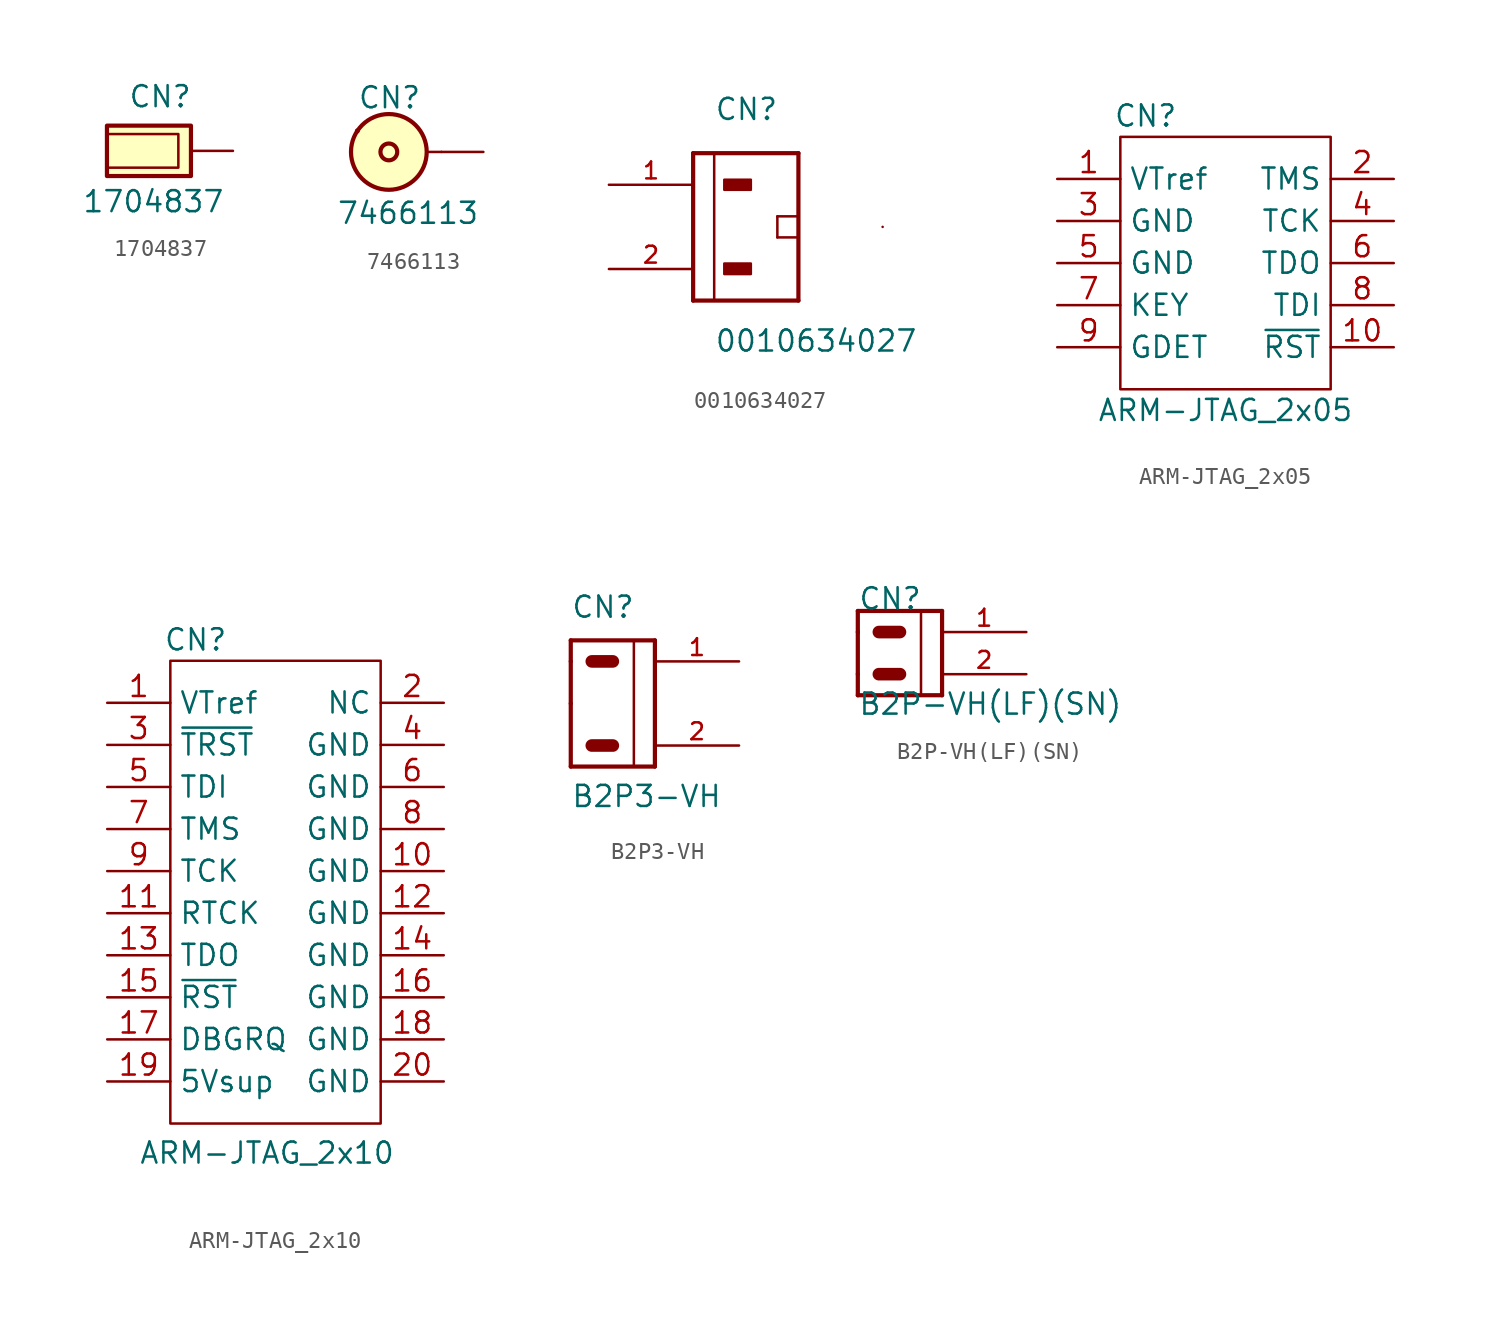
<source format=kicad_sym>
(kicad_symbol_lib
  (version 20241209)
  (generator "kicad_symbol_editor")
  (generator_version "9.0")
  (symbol "1704837"
    (pin_numbers
      (hide yes))
    (pin_names
      (offset 1.016)
      (hide yes))
    (property "Reference" "CN"
      (at -2.54 2.54 0)
      (effects (font (size 1.27 1.27)) (justify left bottom)))
    (property "Value" "1704837"
      (at -5.334 -3.81 0)
      (effects (font (size 1.27 1.27)) (justify left bottom)))
    (symbol "1704837_0_0"
      (pin passive line (at 3.81 0 180) (length 2.54) (name "~" (effects (font (size 1.016 1.016)))) (number "1" (effects (font (size 1.016 1.016))))))
    (symbol "1704837_0_1"
      (rectangle (start -3.81 1.524) (end 1.27 -1.524) (stroke (width 0.254) (type default)) (fill (type background)))
      (rectangle (start -3.81 1.016) (end 0.508 -1.016) (stroke (width 0) (type default)) (fill (type none)))))
  (symbol "7466113"
    (pin_numbers
      (hide yes))
    (pin_names
      (offset 1.016)
      (hide yes))
    (property "Reference" "CN"
      (at -3.81 2.54 0)
      (effects (font (size 1.27 1.27)) (justify left bottom)))
    (property "Value" "7466113"
      (at -5.08 -4.445 0)
      (effects (font (size 1.27 1.27)) (justify left bottom)))
    (symbol "7466113_0_0"
      (pin passive line (at 3.81 0 180) (length 2.54) (name "~" (effects (font (size 1.016 1.016)))) (number "1" (effects (font (size 1.016 1.016))))))
    (symbol "7466113_0_1"
      (circle (center -3.81 1.27) (radius 0.0001) (stroke (width 0) (type default)) (fill (type none)))
      (circle (center -1.905 0) (radius 0.508) (stroke (width 0.254) (type default)) (fill (type none)))
      (circle (center -1.905 0) (radius 2.289) (stroke (width 0.254) (type default)) (fill (type background)))
      (polyline (pts (xy 1.27 0) (xy 0.381 0)) (stroke (width 0) (type default)) (fill (type none)))))
  (symbol "0010634027"
    (pin_names
      (hide yes))
    (property "Reference" "CN"
      (at 0 6.35 0)
      (effects (font (size 1.27 1.27)) (justify left bottom)))
    (property "Value" "0010634027"
      (at 0 -7.62 0)
      (effects (font (size 1.27 1.27)) (justify left bottom)))
    (symbol "0010634027_0_0"
      (polyline (pts (xy -1.27 0) (xy -1.27 4.445) (xy -1.27 -4.445)) (stroke (width 0.254) (type default)) (fill (type none)))
      (polyline (pts (xy -1.27 -4.445) (xy 5.08 -4.445)) (stroke (width 0.254) (type default)) (fill (type none)))
      (rectangle (start 0.61 2.235) (end 2.21 2.845) (stroke (width 0) (type default)) (fill (type outline)))
      (rectangle (start 0.61 -2.845) (end 2.21 -2.21) (stroke (width 0) (type default)) (fill (type outline)))
      (polyline (pts (xy 5.08 4.445) (xy -1.27 4.445)) (stroke (width 0.254) (type default)) (fill (type none)))
      (polyline (pts (xy 5.08 -4.445) (xy 5.08 4.445)) (stroke (width 0.254) (type default)) (fill (type none)))
      (pin passive line (at -6.35 2.54 0) (length 5.08) (name "1" (effects (font (size 1.016 1.016)))) (number "1" (effects (font (size 1.016 1.016)))))
      (pin passive line (at -6.35 -2.54 0) (length 5.08) (name "2" (effects (font (size 1.016 1.016)))) (number "2" (effects (font (size 1.016 1.016))))))
    (symbol "0010634027_0_1"
      (polyline (pts (xy 0 4.445) (xy 0 -4.445)) (stroke (width 0) (type default)) (fill (type none)))
      (rectangle (start 3.81 0.635) (end 3.81 -0.635) (stroke (width 0) (type default)) (fill (type none)))
      (rectangle (start 3.81 -0.635) (end 5.08 -0.635) (stroke (width 0) (type default)) (fill (type none)))
      (rectangle (start 5.08 0.635) (end 3.81 0.635) (stroke (width 0) (type default)) (fill (type none)))
      (rectangle (start 10.16 0) (end 10.16 0) (stroke (width 0) (type default)) (fill (type none)))))
  (symbol "ARM-JTAG_2x05"
    (property "Reference" "CN"
      (at -4.826 7.62 0)
      (effects (font (size 1.27 1.27))))
    (property "Value" "ARM-JTAG_2x05"
      (at 0 -10.16 0)
      (effects (font (size 1.27 1.27))))
    (symbol "ARM-JTAG_2x05_0_1"
      (rectangle (start -6.35 6.35) (end 6.35 -8.89) (stroke (width 0) (type default)) (fill (type none))))
    (symbol "ARM-JTAG_2x05_1_1"
      (pin passive line (at -10.16 3.81 0) (length 3.81) (name "VTref" (effects (font (size 1.27 1.27)))) (number "1" (effects (font (size 1.27 1.27)))))
      (pin passive line (at -10.16 1.27 0) (length 3.81) (name "GND" (effects (font (size 1.27 1.27)))) (number "3" (effects (font (size 1.27 1.27)))))
      (pin passive line (at -10.16 -1.27 0) (length 3.81) (name "GND" (effects (font (size 1.27 1.27)))) (number "5" (effects (font (size 1.27 1.27)))))
      (pin passive line (at -10.16 -3.81 0) (length 3.81) (name "KEY" (effects (font (size 1.27 1.27)))) (number "7" (effects (font (size 1.27 1.27)))))
      (pin passive line (at -10.16 -6.35 0) (length 3.81) (name "GDET" (effects (font (size 1.27 1.27)))) (number "9" (effects (font (size 1.27 1.27)))))
      (pin passive line (at 10.16 3.81 180) (length 3.81) (name "TMS" (effects (font (size 1.27 1.27)))) (number "2" (effects (font (size 1.27 1.27)))))
      (pin passive line (at 10.16 1.27 180) (length 3.81) (name "TCK" (effects (font (size 1.27 1.27)))) (number "4" (effects (font (size 1.27 1.27)))))
      (pin passive line (at 10.16 -1.27 180) (length 3.81) (name "TDO" (effects (font (size 1.27 1.27)))) (number "6" (effects (font (size 1.27 1.27)))))
      (pin passive line (at 10.16 -3.81 180) (length 3.81) (name "TDI" (effects (font (size 1.27 1.27)))) (number "8" (effects (font (size 1.27 1.27)))))
      (pin passive line (at 10.16 -6.35 180) (length 3.81) (name "~{RST}" (effects (font (size 1.27 1.27)))) (number "10" (effects (font (size 1.27 1.27)))))))
  (symbol "ARM-JTAG_2x10"
    (property "Reference" "CN"
      (at -4.826 7.62 0)
      (effects (font (size 1.27 1.27))))
    (property "Value" "ARM-JTAG_2x10"
      (at -0.508 -23.368 0)
      (effects (font (size 1.27 1.27))))
    (symbol "ARM-JTAG_2x10_0_1"
      (rectangle (start -6.35 6.35) (end 6.35 -21.59) (stroke (width 0) (type default)) (fill (type none))))
    (symbol "ARM-JTAG_2x10_1_1"
      (pin passive line (at -10.16 3.81 0) (length 3.81) (name "VTref" (effects (font (size 1.27 1.27)))) (number "1" (effects (font (size 1.27 1.27)))))
      (pin passive line (at -10.16 1.27 0) (length 3.81) (name "~{TRST}" (effects (font (size 1.27 1.27)))) (number "3" (effects (font (size 1.27 1.27)))))
      (pin passive line (at -10.16 -1.27 0) (length 3.81) (name "TDI" (effects (font (size 1.27 1.27)))) (number "5" (effects (font (size 1.27 1.27)))))
      (pin passive line (at -10.16 -3.81 0) (length 3.81) (name "TMS" (effects (font (size 1.27 1.27)))) (number "7" (effects (font (size 1.27 1.27)))))
      (pin passive line (at -10.16 -6.35 0) (length 3.81) (name "TCK" (effects (font (size 1.27 1.27)))) (number "9" (effects (font (size 1.27 1.27)))))
      (pin passive line (at -10.16 -8.89 0) (length 3.81) (name "RTCK" (effects (font (size 1.27 1.27)))) (number "11" (effects (font (size 1.27 1.27)))))
      (pin passive line (at -10.16 -11.43 0) (length 3.81) (name "TDO" (effects (font (size 1.27 1.27)))) (number "13" (effects (font (size 1.27 1.27)))))
      (pin passive line (at -10.16 -13.97 0) (length 3.81) (name "~{RST}" (effects (font (size 1.27 1.27)))) (number "15" (effects (font (size 1.27 1.27)))))
      (pin passive line (at -10.16 -16.51 0) (length 3.81) (name "DBGRQ" (effects (font (size 1.27 1.27)))) (number "17" (effects (font (size 1.27 1.27)))))
      (pin passive line (at -10.16 -19.05 0) (length 3.81) (name "5Vsup" (effects (font (size 1.27 1.27)))) (number "19" (effects (font (size 1.27 1.27)))))
      (pin passive line (at 10.16 3.81 180) (length 3.81) (name "NC" (effects (font (size 1.27 1.27)))) (number "2" (effects (font (size 1.27 1.27)))))
      (pin passive line (at 10.16 1.27 180) (length 3.81) (name "GND" (effects (font (size 1.27 1.27)))) (number "4" (effects (font (size 1.27 1.27)))))
      (pin passive line (at 10.16 -1.27 180) (length 3.81) (name "GND" (effects (font (size 1.27 1.27)))) (number "6" (effects (font (size 1.27 1.27)))))
      (pin passive line (at 10.16 -3.81 180) (length 3.81) (name "GND" (effects (font (size 1.27 1.27)))) (number "8" (effects (font (size 1.27 1.27)))))
      (pin passive line (at 10.16 -6.35 180) (length 3.81) (name "GND" (effects (font (size 1.27 1.27)))) (number "10" (effects (font (size 1.27 1.27)))))
      (pin passive line (at 10.16 -8.89 180) (length 3.81) (name "GND" (effects (font (size 1.27 1.27)))) (number "12" (effects (font (size 1.27 1.27)))))
      (pin passive line (at 10.16 -11.43 180) (length 3.81) (name "GND" (effects (font (size 1.27 1.27)))) (number "14" (effects (font (size 1.27 1.27)))))
      (pin passive line (at 10.16 -13.97 180) (length 3.81) (name "GND" (effects (font (size 1.27 1.27)))) (number "16" (effects (font (size 1.27 1.27)))))
      (pin passive line (at 10.16 -16.51 180) (length 3.81) (name "GND" (effects (font (size 1.27 1.27)))) (number "18" (effects (font (size 1.27 1.27)))))
      (pin passive line (at 10.16 -19.05 180) (length 3.81) (name "GND" (effects (font (size 1.27 1.27)))) (number "20" (effects (font (size 1.27 1.27)))))))
  (symbol "B2P3-VH"
    (pin_names
      (offset 1.016)
      (hide yes))
    (property "Reference" "CN"
      (at -2.54 3.81 0)
      (effects (font (size 1.27 1.27)) (justify left bottom)))
    (property "Value" "B2P3-VH"
      (at -2.54 -7.62 0)
      (effects (font (size 1.27 1.27)) (justify left bottom)))
    (symbol "B2P3-VH_0_0"
      (polyline (pts (xy -2.54 2.54) (xy -2.54 1.27)) (stroke (width 0.254) (type default)) (fill (type none)))
      (polyline (pts (xy -2.54 1.27) (xy -2.54 -1.27)) (stroke (width 0.254) (type default)) (fill (type none)))
      (polyline (pts (xy -2.54 -1.27) (xy -2.54 -5.08)) (stroke (width 0.254) (type default)) (fill (type none)))
      (polyline (pts (xy -2.54 -5.08) (xy -1.27 -5.08) (xy 2.54 -5.08)) (stroke (width 0.254) (type default)) (fill (type none)))
      (polyline (pts (xy -1.27 1.27) (xy 0 1.27)) (stroke (width 0.762) (type default)) (fill (type none)))
      (polyline (pts (xy 2.54 2.54) (xy -2.54 2.54)) (stroke (width 0.254) (type default)) (fill (type none)))
      (polyline (pts (xy 2.54 -5.08) (xy 2.54 2.54)) (stroke (width 0.254) (type default)) (fill (type none)))
      (pin passive line (at 7.62 1.27 180) (length 5.08) (name "1" (effects (font (size 1.016 1.016)))) (number "1" (effects (font (size 1.016 1.016))))))
    (symbol "B2P3-VH_0_1"
      (polyline (pts (xy 0 -3.81) (xy -1.27 -3.81)) (stroke (width 0.762) (type default)) (fill (type none)))
      (polyline (pts (xy 1.27 2.54) (xy 1.27 -5.08)) (stroke (width 0) (type default)) (fill (type none))))
    (symbol "B2P3-VH_1_1"
      (pin passive line (at 7.62 -3.81 180) (length 5.08) (name "2" (effects (font (size 1.016 1.016)))) (number "2" (effects (font (size 1.016 1.016)))))))
  (symbol "B2P-VH(LF)(SN)"
    (pin_names
      (offset 1.016)
      (hide yes))
    (property "Reference" "CN"
      (at -2.54 2.54 0)
      (effects (font (size 1.27 1.27)) (justify left bottom)))
    (property "Value" "B2P-VH(LF)(SN)"
      (at -2.54 -3.81 0)
      (effects (font (size 1.27 1.27)) (justify left bottom)))
    (symbol "B2P-VH(LF)(SN)_0_0"
      (polyline (pts (xy -2.54 2.54) (xy -2.54 1.27)) (stroke (width 0.254) (type default)) (fill (type none)))
      (polyline (pts (xy -2.54 1.27) (xy -2.54 -1.27)) (stroke (width 0.254) (type default)) (fill (type none)))
      (polyline (pts (xy -2.54 -1.27) (xy -2.54 -2.54)) (stroke (width 0.254) (type default)) (fill (type none)))
      (polyline (pts (xy -2.54 -2.54) (xy 2.54 -2.54)) (stroke (width 0.254) (type default)) (fill (type none)))
      (polyline (pts (xy -1.27 1.27) (xy 0 1.27)) (stroke (width 0.762) (type default)) (fill (type none)))
      (polyline (pts (xy -1.27 -1.27) (xy 0 -1.27)) (stroke (width 0.762) (type default)) (fill (type none)))
      (polyline (pts (xy 2.54 2.54) (xy -2.54 2.54)) (stroke (width 0.254) (type default)) (fill (type none)))
      (polyline (pts (xy 2.54 -2.54) (xy 2.54 2.54)) (stroke (width 0.254) (type default)) (fill (type none)))
      (pin passive line (at 7.62 1.27 180) (length 5.08) (name "1" (effects (font (size 1.016 1.016)))) (number "1" (effects (font (size 1.016 1.016)))))
      (pin passive line (at 7.62 -1.27 180) (length 5.08) (name "2" (effects (font (size 1.016 1.016)))) (number "2" (effects (font (size 1.016 1.016))))))
    (symbol "B2P-VH(LF)(SN)_0_1"
      (polyline (pts (xy 1.27 2.54) (xy 1.27 -2.54)) (stroke (width 0) (type default)) (fill (type none))))))
</source>
